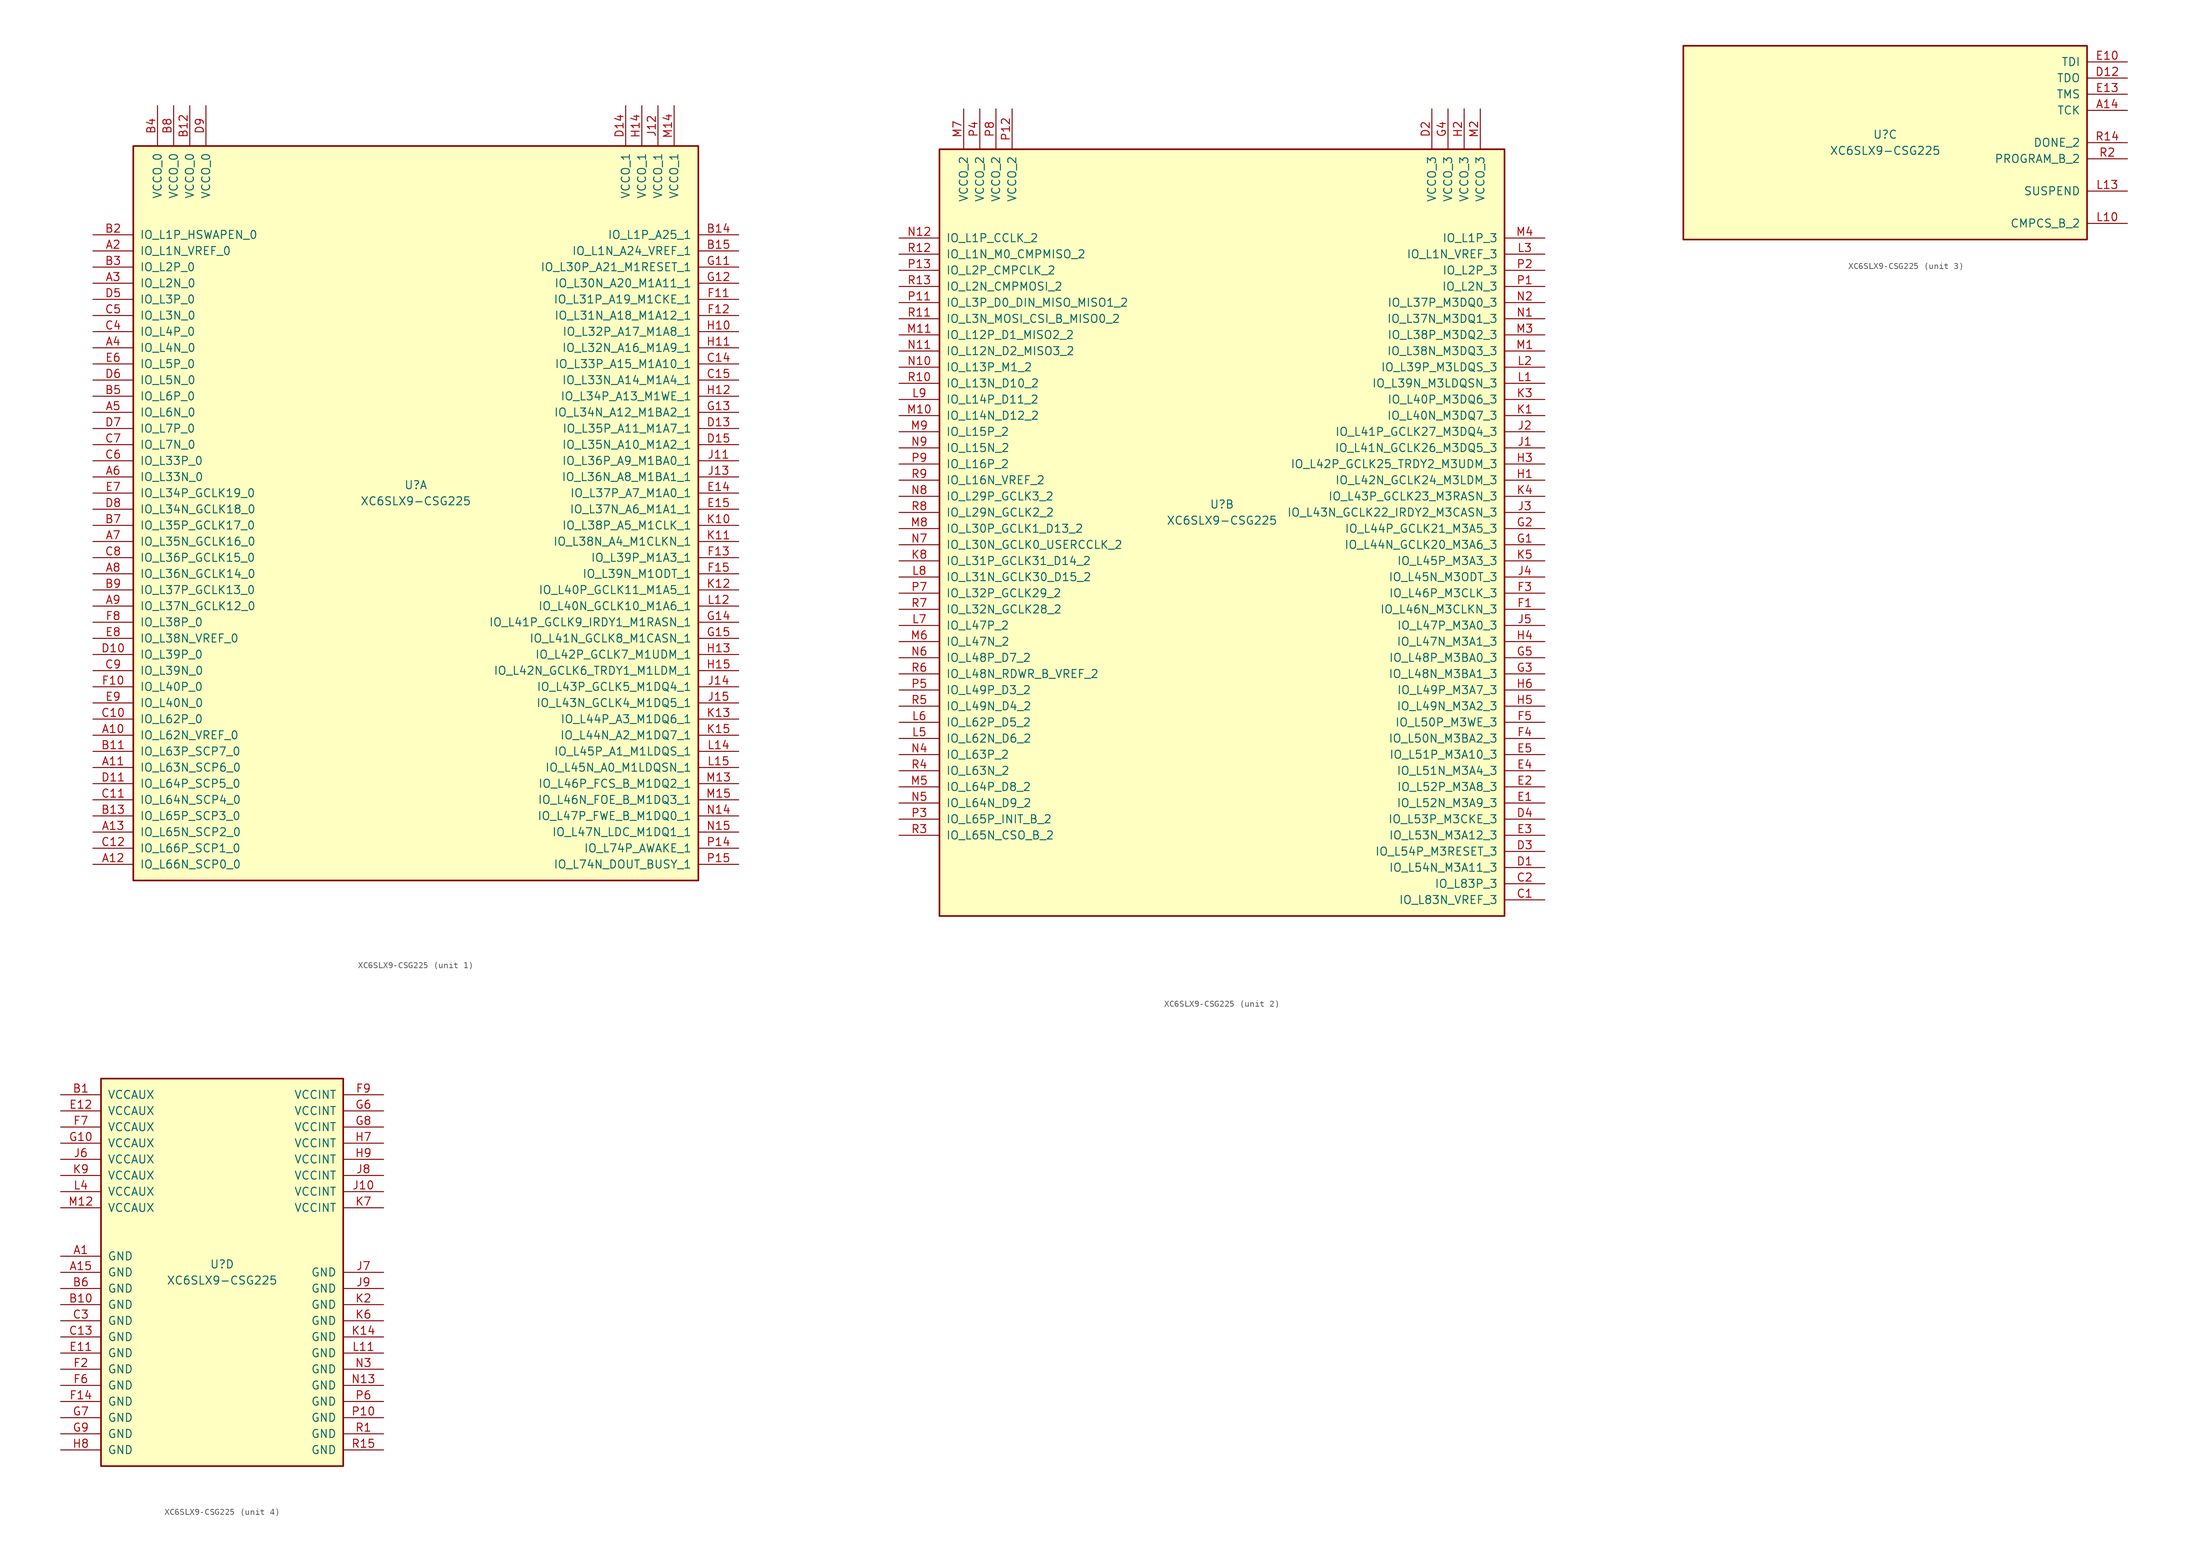
<source format=kicad_sym>
(kicad_symbol_lib
  (version 20201005)
  (generator kicad_symbol_editor)
  (symbol "XC6SLX9-CSG225"
    (pin_names
      (offset 1.016))
    (property "Reference" "U"
      (at 0 1.27 0)
      (effects (font (size 1.27 1.27))))
    (property "Value" "XC6SLX9-CSG225"
      (at 0 -1.27 0)
      (effects (font (size 1.27 1.27))))
    (property "Datasheet" ""
      (at 0 0 0)
      (effects (font (size 1.27 1.27))))
    (property "ki_locked" ""
      (at 0 0 0)
      (effects (font (size 1.27 1.27))))
    (symbol "XC6SLX9-CSG225_1_1"
      (rectangle (start -44.45 54.61) (end 44.45 -60.96) (stroke (width 0.254)) (fill (type background)))
      (pin power_in line (at -40.64 60.96 270) (length 6.35) (name "VCCO_0" (effects (font (size 1.27 1.27)))) (number "B4" (effects (font (size 1.27 1.27)))))
      (pin power_in line (at -38.1 60.96 270) (length 6.35) (name "VCCO_0" (effects (font (size 1.27 1.27)))) (number "B8" (effects (font (size 1.27 1.27)))))
      (pin power_in line (at -35.56 60.96 270) (length 6.35) (name "VCCO_0" (effects (font (size 1.27 1.27)))) (number "B12" (effects (font (size 1.27 1.27)))))
      (pin power_in line (at -33.02 60.96 270) (length 6.35) (name "VCCO_0" (effects (font (size 1.27 1.27)))) (number "D9" (effects (font (size 1.27 1.27)))))
      (pin bidirectional line (at -50.8 40.64 0) (length 6.35) (name "IO_L1P_HSWAPEN_0" (effects (font (size 1.27 1.27)))) (number "B2" (effects (font (size 1.27 1.27)))))
      (pin bidirectional line (at -50.8 38.1 0) (length 6.35) (name "IO_L1N_VREF_0" (effects (font (size 1.27 1.27)))) (number "A2" (effects (font (size 1.27 1.27)))))
      (pin bidirectional line (at -50.8 35.56 0) (length 6.35) (name "IO_L2P_0" (effects (font (size 1.27 1.27)))) (number "B3" (effects (font (size 1.27 1.27)))))
      (pin bidirectional line (at -50.8 33.02 0) (length 6.35) (name "IO_L2N_0" (effects (font (size 1.27 1.27)))) (number "A3" (effects (font (size 1.27 1.27)))))
      (pin bidirectional line (at -50.8 30.48 0) (length 6.35) (name "IO_L3P_0" (effects (font (size 1.27 1.27)))) (number "D5" (effects (font (size 1.27 1.27)))))
      (pin bidirectional line (at -50.8 27.94 0) (length 6.35) (name "IO_L3N_0" (effects (font (size 1.27 1.27)))) (number "C5" (effects (font (size 1.27 1.27)))))
      (pin bidirectional line (at -50.8 25.4 0) (length 6.35) (name "IO_L4P_0" (effects (font (size 1.27 1.27)))) (number "C4" (effects (font (size 1.27 1.27)))))
      (pin bidirectional line (at -50.8 22.86 0) (length 6.35) (name "IO_L4N_0" (effects (font (size 1.27 1.27)))) (number "A4" (effects (font (size 1.27 1.27)))))
      (pin bidirectional line (at -50.8 20.32 0) (length 6.35) (name "IO_L5P_0" (effects (font (size 1.27 1.27)))) (number "E6" (effects (font (size 1.27 1.27)))))
      (pin bidirectional line (at -50.8 17.78 0) (length 6.35) (name "IO_L5N_0" (effects (font (size 1.27 1.27)))) (number "D6" (effects (font (size 1.27 1.27)))))
      (pin bidirectional line (at -50.8 15.24 0) (length 6.35) (name "IO_L6P_0" (effects (font (size 1.27 1.27)))) (number "B5" (effects (font (size 1.27 1.27)))))
      (pin bidirectional line (at -50.8 12.7 0) (length 6.35) (name "IO_L6N_0" (effects (font (size 1.27 1.27)))) (number "A5" (effects (font (size 1.27 1.27)))))
      (pin bidirectional line (at -50.8 10.16 0) (length 6.35) (name "IO_L7P_0" (effects (font (size 1.27 1.27)))) (number "D7" (effects (font (size 1.27 1.27)))))
      (pin bidirectional line (at -50.8 7.62 0) (length 6.35) (name "IO_L7N_0" (effects (font (size 1.27 1.27)))) (number "C7" (effects (font (size 1.27 1.27)))))
      (pin bidirectional line (at -50.8 5.08 0) (length 6.35) (name "IO_L33P_0" (effects (font (size 1.27 1.27)))) (number "C6" (effects (font (size 1.27 1.27)))))
      (pin bidirectional line (at -50.8 2.54 0) (length 6.35) (name "IO_L33N_0" (effects (font (size 1.27 1.27)))) (number "A6" (effects (font (size 1.27 1.27)))))
      (pin bidirectional line (at -50.8 0 0) (length 6.35) (name "IO_L34P_GCLK19_0" (effects (font (size 1.27 1.27)))) (number "E7" (effects (font (size 1.27 1.27)))))
      (pin bidirectional line (at -50.8 -2.54 0) (length 6.35) (name "IO_L34N_GCLK18_0" (effects (font (size 1.27 1.27)))) (number "D8" (effects (font (size 1.27 1.27)))))
      (pin bidirectional line (at -50.8 -5.08 0) (length 6.35) (name "IO_L35P_GCLK17_0" (effects (font (size 1.27 1.27)))) (number "B7" (effects (font (size 1.27 1.27)))))
      (pin bidirectional line (at -50.8 -7.62 0) (length 6.35) (name "IO_L35N_GCLK16_0" (effects (font (size 1.27 1.27)))) (number "A7" (effects (font (size 1.27 1.27)))))
      (pin bidirectional line (at -50.8 -10.16 0) (length 6.35) (name "IO_L36P_GCLK15_0" (effects (font (size 1.27 1.27)))) (number "C8" (effects (font (size 1.27 1.27)))))
      (pin bidirectional line (at -50.8 -12.7 0) (length 6.35) (name "IO_L36N_GCLK14_0" (effects (font (size 1.27 1.27)))) (number "A8" (effects (font (size 1.27 1.27)))))
      (pin bidirectional line (at -50.8 -15.24 0) (length 6.35) (name "IO_L37P_GCLK13_0" (effects (font (size 1.27 1.27)))) (number "B9" (effects (font (size 1.27 1.27)))))
      (pin bidirectional line (at -50.8 -17.78 0) (length 6.35) (name "IO_L37N_GCLK12_0" (effects (font (size 1.27 1.27)))) (number "A9" (effects (font (size 1.27 1.27)))))
      (pin bidirectional line (at -50.8 -20.32 0) (length 6.35) (name "IO_L38P_0" (effects (font (size 1.27 1.27)))) (number "F8" (effects (font (size 1.27 1.27)))))
      (pin bidirectional line (at -50.8 -22.86 0) (length 6.35) (name "IO_L38N_VREF_0" (effects (font (size 1.27 1.27)))) (number "E8" (effects (font (size 1.27 1.27)))))
      (pin bidirectional line (at -50.8 -25.4 0) (length 6.35) (name "IO_L39P_0" (effects (font (size 1.27 1.27)))) (number "D10" (effects (font (size 1.27 1.27)))))
      (pin bidirectional line (at -50.8 -27.94 0) (length 6.35) (name "IO_L39N_0" (effects (font (size 1.27 1.27)))) (number "C9" (effects (font (size 1.27 1.27)))))
      (pin bidirectional line (at -50.8 -30.48 0) (length 6.35) (name "IO_L40P_0" (effects (font (size 1.27 1.27)))) (number "F10" (effects (font (size 1.27 1.27)))))
      (pin bidirectional line (at -50.8 -33.02 0) (length 6.35) (name "IO_L40N_0" (effects (font (size 1.27 1.27)))) (number "E9" (effects (font (size 1.27 1.27)))))
      (pin bidirectional line (at -50.8 -35.56 0) (length 6.35) (name "IO_L62P_0" (effects (font (size 1.27 1.27)))) (number "C10" (effects (font (size 1.27 1.27)))))
      (pin bidirectional line (at -50.8 -38.1 0) (length 6.35) (name "IO_L62N_VREF_0" (effects (font (size 1.27 1.27)))) (number "A10" (effects (font (size 1.27 1.27)))))
      (pin bidirectional line (at -50.8 -40.64 0) (length 6.35) (name "IO_L63P_SCP7_0" (effects (font (size 1.27 1.27)))) (number "B11" (effects (font (size 1.27 1.27)))))
      (pin bidirectional line (at -50.8 -43.18 0) (length 6.35) (name "IO_L63N_SCP6_0" (effects (font (size 1.27 1.27)))) (number "A11" (effects (font (size 1.27 1.27)))))
      (pin bidirectional line (at -50.8 -45.72 0) (length 6.35) (name "IO_L64P_SCP5_0" (effects (font (size 1.27 1.27)))) (number "D11" (effects (font (size 1.27 1.27)))))
      (pin bidirectional line (at -50.8 -48.26 0) (length 6.35) (name "IO_L64N_SCP4_0" (effects (font (size 1.27 1.27)))) (number "C11" (effects (font (size 1.27 1.27)))))
      (pin bidirectional line (at -50.8 -50.8 0) (length 6.35) (name "IO_L65P_SCP3_0" (effects (font (size 1.27 1.27)))) (number "B13" (effects (font (size 1.27 1.27)))))
      (pin bidirectional line (at -50.8 -53.34 0) (length 6.35) (name "IO_L65N_SCP2_0" (effects (font (size 1.27 1.27)))) (number "A13" (effects (font (size 1.27 1.27)))))
      (pin bidirectional line (at -50.8 -55.88 0) (length 6.35) (name "IO_L66P_SCP1_0" (effects (font (size 1.27 1.27)))) (number "C12" (effects (font (size 1.27 1.27)))))
      (pin bidirectional line (at -50.8 -58.42 0) (length 6.35) (name "IO_L66N_SCP0_0" (effects (font (size 1.27 1.27)))) (number "A12" (effects (font (size 1.27 1.27)))))
      (pin power_in line (at 33.02 60.96 270) (length 6.35) (name "VCCO_1" (effects (font (size 1.27 1.27)))) (number "D14" (effects (font (size 1.27 1.27)))))
      (pin power_in line (at 35.56 60.96 270) (length 6.35) (name "VCCO_1" (effects (font (size 1.27 1.27)))) (number "H14" (effects (font (size 1.27 1.27)))))
      (pin power_in line (at 38.1 60.96 270) (length 6.35) (name "VCCO_1" (effects (font (size 1.27 1.27)))) (number "J12" (effects (font (size 1.27 1.27)))))
      (pin power_in line (at 40.64 60.96 270) (length 6.35) (name "VCCO_1" (effects (font (size 1.27 1.27)))) (number "M14" (effects (font (size 1.27 1.27)))))
      (pin bidirectional line (at 50.8 40.64 180) (length 6.35) (name "IO_L1P_A25_1" (effects (font (size 1.27 1.27)))) (number "B14" (effects (font (size 1.27 1.27)))))
      (pin bidirectional line (at 50.8 38.1 180) (length 6.35) (name "IO_L1N_A24_VREF_1" (effects (font (size 1.27 1.27)))) (number "B15" (effects (font (size 1.27 1.27)))))
      (pin bidirectional line (at 50.8 35.56 180) (length 6.35) (name "IO_L30P_A21_M1RESET_1" (effects (font (size 1.27 1.27)))) (number "G11" (effects (font (size 1.27 1.27)))))
      (pin bidirectional line (at 50.8 33.02 180) (length 6.35) (name "IO_L30N_A20_M1A11_1" (effects (font (size 1.27 1.27)))) (number "G12" (effects (font (size 1.27 1.27)))))
      (pin bidirectional line (at 50.8 30.48 180) (length 6.35) (name "IO_L31P_A19_M1CKE_1" (effects (font (size 1.27 1.27)))) (number "F11" (effects (font (size 1.27 1.27)))))
      (pin bidirectional line (at 50.8 27.94 180) (length 6.35) (name "IO_L31N_A18_M1A12_1" (effects (font (size 1.27 1.27)))) (number "F12" (effects (font (size 1.27 1.27)))))
      (pin bidirectional line (at 50.8 25.4 180) (length 6.35) (name "IO_L32P_A17_M1A8_1" (effects (font (size 1.27 1.27)))) (number "H10" (effects (font (size 1.27 1.27)))))
      (pin bidirectional line (at 50.8 22.86 180) (length 6.35) (name "IO_L32N_A16_M1A9_1" (effects (font (size 1.27 1.27)))) (number "H11" (effects (font (size 1.27 1.27)))))
      (pin bidirectional line (at 50.8 20.32 180) (length 6.35) (name "IO_L33P_A15_M1A10_1" (effects (font (size 1.27 1.27)))) (number "C14" (effects (font (size 1.27 1.27)))))
      (pin bidirectional line (at 50.8 17.78 180) (length 6.35) (name "IO_L33N_A14_M1A4_1" (effects (font (size 1.27 1.27)))) (number "C15" (effects (font (size 1.27 1.27)))))
      (pin bidirectional line (at 50.8 15.24 180) (length 6.35) (name "IO_L34P_A13_M1WE_1" (effects (font (size 1.27 1.27)))) (number "H12" (effects (font (size 1.27 1.27)))))
      (pin bidirectional line (at 50.8 12.7 180) (length 6.35) (name "IO_L34N_A12_M1BA2_1" (effects (font (size 1.27 1.27)))) (number "G13" (effects (font (size 1.27 1.27)))))
      (pin bidirectional line (at 50.8 10.16 180) (length 6.35) (name "IO_L35P_A11_M1A7_1" (effects (font (size 1.27 1.27)))) (number "D13" (effects (font (size 1.27 1.27)))))
      (pin bidirectional line (at 50.8 7.62 180) (length 6.35) (name "IO_L35N_A10_M1A2_1" (effects (font (size 1.27 1.27)))) (number "D15" (effects (font (size 1.27 1.27)))))
      (pin bidirectional line (at 50.8 5.08 180) (length 6.35) (name "IO_L36P_A9_M1BA0_1" (effects (font (size 1.27 1.27)))) (number "J11" (effects (font (size 1.27 1.27)))))
      (pin bidirectional line (at 50.8 2.54 180) (length 6.35) (name "IO_L36N_A8_M1BA1_1" (effects (font (size 1.27 1.27)))) (number "J13" (effects (font (size 1.27 1.27)))))
      (pin bidirectional line (at 50.8 0 180) (length 6.35) (name "IO_L37P_A7_M1A0_1" (effects (font (size 1.27 1.27)))) (number "E14" (effects (font (size 1.27 1.27)))))
      (pin bidirectional line (at 50.8 -2.54 180) (length 6.35) (name "IO_L37N_A6_M1A1_1" (effects (font (size 1.27 1.27)))) (number "E15" (effects (font (size 1.27 1.27)))))
      (pin bidirectional line (at 50.8 -5.08 180) (length 6.35) (name "IO_L38P_A5_M1CLK_1" (effects (font (size 1.27 1.27)))) (number "K10" (effects (font (size 1.27 1.27)))))
      (pin bidirectional line (at 50.8 -7.62 180) (length 6.35) (name "IO_L38N_A4_M1CLKN_1" (effects (font (size 1.27 1.27)))) (number "K11" (effects (font (size 1.27 1.27)))))
      (pin bidirectional line (at 50.8 -10.16 180) (length 6.35) (name "IO_L39P_M1A3_1" (effects (font (size 1.27 1.27)))) (number "F13" (effects (font (size 1.27 1.27)))))
      (pin bidirectional line (at 50.8 -12.7 180) (length 6.35) (name "IO_L39N_M1ODT_1" (effects (font (size 1.27 1.27)))) (number "F15" (effects (font (size 1.27 1.27)))))
      (pin bidirectional line (at 50.8 -15.24 180) (length 6.35) (name "IO_L40P_GCLK11_M1A5_1" (effects (font (size 1.27 1.27)))) (number "K12" (effects (font (size 1.27 1.27)))))
      (pin bidirectional line (at 50.8 -17.78 180) (length 6.35) (name "IO_L40N_GCLK10_M1A6_1" (effects (font (size 1.27 1.27)))) (number "L12" (effects (font (size 1.27 1.27)))))
      (pin bidirectional line (at 50.8 -20.32 180) (length 6.35) (name "IO_L41P_GCLK9_IRDY1_M1RASN_1" (effects (font (size 1.27 1.27)))) (number "G14" (effects (font (size 1.27 1.27)))))
      (pin bidirectional line (at 50.8 -22.86 180) (length 6.35) (name "IO_L41N_GCLK8_M1CASN_1" (effects (font (size 1.27 1.27)))) (number "G15" (effects (font (size 1.27 1.27)))))
      (pin bidirectional line (at 50.8 -25.4 180) (length 6.35) (name "IO_L42P_GCLK7_M1UDM_1" (effects (font (size 1.27 1.27)))) (number "H13" (effects (font (size 1.27 1.27)))))
      (pin bidirectional line (at 50.8 -27.94 180) (length 6.35) (name "IO_L42N_GCLK6_TRDY1_M1LDM_1" (effects (font (size 1.27 1.27)))) (number "H15" (effects (font (size 1.27 1.27)))))
      (pin bidirectional line (at 50.8 -30.48 180) (length 6.35) (name "IO_L43P_GCLK5_M1DQ4_1" (effects (font (size 1.27 1.27)))) (number "J14" (effects (font (size 1.27 1.27)))))
      (pin bidirectional line (at 50.8 -33.02 180) (length 6.35) (name "IO_L43N_GCLK4_M1DQ5_1" (effects (font (size 1.27 1.27)))) (number "J15" (effects (font (size 1.27 1.27)))))
      (pin bidirectional line (at 50.8 -35.56 180) (length 6.35) (name "IO_L44P_A3_M1DQ6_1" (effects (font (size 1.27 1.27)))) (number "K13" (effects (font (size 1.27 1.27)))))
      (pin bidirectional line (at 50.8 -38.1 180) (length 6.35) (name "IO_L44N_A2_M1DQ7_1" (effects (font (size 1.27 1.27)))) (number "K15" (effects (font (size 1.27 1.27)))))
      (pin bidirectional line (at 50.8 -40.64 180) (length 6.35) (name "IO_L45P_A1_M1LDQS_1" (effects (font (size 1.27 1.27)))) (number "L14" (effects (font (size 1.27 1.27)))))
      (pin bidirectional line (at 50.8 -43.18 180) (length 6.35) (name "IO_L45N_A0_M1LDQSN_1" (effects (font (size 1.27 1.27)))) (number "L15" (effects (font (size 1.27 1.27)))))
      (pin bidirectional line (at 50.8 -45.72 180) (length 6.35) (name "IO_L46P_FCS_B_M1DQ2_1" (effects (font (size 1.27 1.27)))) (number "M13" (effects (font (size 1.27 1.27)))))
      (pin bidirectional line (at 50.8 -48.26 180) (length 6.35) (name "IO_L46N_FOE_B_M1DQ3_1" (effects (font (size 1.27 1.27)))) (number "M15" (effects (font (size 1.27 1.27)))))
      (pin bidirectional line (at 50.8 -50.8 180) (length 6.35) (name "IO_L47P_FWE_B_M1DQ0_1" (effects (font (size 1.27 1.27)))) (number "N14" (effects (font (size 1.27 1.27)))))
      (pin bidirectional line (at 50.8 -53.34 180) (length 6.35) (name "IO_L47N_LDC_M1DQ1_1" (effects (font (size 1.27 1.27)))) (number "N15" (effects (font (size 1.27 1.27)))))
      (pin bidirectional line (at 50.8 -55.88 180) (length 6.35) (name "IO_L74P_AWAKE_1" (effects (font (size 1.27 1.27)))) (number "P14" (effects (font (size 1.27 1.27)))))
      (pin bidirectional line (at 50.8 -58.42 180) (length 6.35) (name "IO_L74N_DOUT_BUSY_1" (effects (font (size 1.27 1.27)))) (number "P15" (effects (font (size 1.27 1.27))))))
    (symbol "XC6SLX9-CSG225_2_1"
      (rectangle (start -44.45 57.15) (end 44.45 -63.5) (stroke (width 0.254)) (fill (type background)))
      (pin power_in line (at -40.64 63.5 270) (length 6.35) (name "VCCO_2" (effects (font (size 1.27 1.27)))) (number "M7" (effects (font (size 1.27 1.27)))))
      (pin power_in line (at -38.1 63.5 270) (length 6.35) (name "VCCO_2" (effects (font (size 1.27 1.27)))) (number "P4" (effects (font (size 1.27 1.27)))))
      (pin power_in line (at -35.56 63.5 270) (length 6.35) (name "VCCO_2" (effects (font (size 1.27 1.27)))) (number "P8" (effects (font (size 1.27 1.27)))))
      (pin power_in line (at -33.02 63.5 270) (length 6.35) (name "VCCO_2" (effects (font (size 1.27 1.27)))) (number "P12" (effects (font (size 1.27 1.27)))))
      (pin bidirectional line (at -50.8 43.18 0) (length 6.35) (name "IO_L1P_CCLK_2" (effects (font (size 1.27 1.27)))) (number "N12" (effects (font (size 1.27 1.27)))))
      (pin bidirectional line (at -50.8 40.64 0) (length 6.35) (name "IO_L1N_M0_CMPMISO_2" (effects (font (size 1.27 1.27)))) (number "R12" (effects (font (size 1.27 1.27)))))
      (pin bidirectional line (at -50.8 38.1 0) (length 6.35) (name "IO_L2P_CMPCLK_2" (effects (font (size 1.27 1.27)))) (number "P13" (effects (font (size 1.27 1.27)))))
      (pin bidirectional line (at -50.8 35.56 0) (length 6.35) (name "IO_L2N_CMPMOSI_2" (effects (font (size 1.27 1.27)))) (number "R13" (effects (font (size 1.27 1.27)))))
      (pin bidirectional line (at -50.8 33.02 0) (length 6.35) (name "IO_L3P_D0_DIN_MISO_MISO1_2" (effects (font (size 1.27 1.27)))) (number "P11" (effects (font (size 1.27 1.27)))))
      (pin bidirectional line (at -50.8 30.48 0) (length 6.35) (name "IO_L3N_MOSI_CSI_B_MISO0_2" (effects (font (size 1.27 1.27)))) (number "R11" (effects (font (size 1.27 1.27)))))
      (pin bidirectional line (at -50.8 27.94 0) (length 6.35) (name "IO_L12P_D1_MISO2_2" (effects (font (size 1.27 1.27)))) (number "M11" (effects (font (size 1.27 1.27)))))
      (pin bidirectional line (at -50.8 25.4 0) (length 6.35) (name "IO_L12N_D2_MISO3_2" (effects (font (size 1.27 1.27)))) (number "N11" (effects (font (size 1.27 1.27)))))
      (pin bidirectional line (at -50.8 22.86 0) (length 6.35) (name "IO_L13P_M1_2" (effects (font (size 1.27 1.27)))) (number "N10" (effects (font (size 1.27 1.27)))))
      (pin bidirectional line (at -50.8 20.32 0) (length 6.35) (name "IO_L13N_D10_2" (effects (font (size 1.27 1.27)))) (number "R10" (effects (font (size 1.27 1.27)))))
      (pin bidirectional line (at -50.8 17.78 0) (length 6.35) (name "IO_L14P_D11_2" (effects (font (size 1.27 1.27)))) (number "L9" (effects (font (size 1.27 1.27)))))
      (pin bidirectional line (at -50.8 15.24 0) (length 6.35) (name "IO_L14N_D12_2" (effects (font (size 1.27 1.27)))) (number "M10" (effects (font (size 1.27 1.27)))))
      (pin bidirectional line (at -50.8 12.7 0) (length 6.35) (name "IO_L15P_2" (effects (font (size 1.27 1.27)))) (number "M9" (effects (font (size 1.27 1.27)))))
      (pin bidirectional line (at -50.8 10.16 0) (length 6.35) (name "IO_L15N_2" (effects (font (size 1.27 1.27)))) (number "N9" (effects (font (size 1.27 1.27)))))
      (pin bidirectional line (at -50.8 7.62 0) (length 6.35) (name "IO_L16P_2" (effects (font (size 1.27 1.27)))) (number "P9" (effects (font (size 1.27 1.27)))))
      (pin bidirectional line (at -50.8 5.08 0) (length 6.35) (name "IO_L16N_VREF_2" (effects (font (size 1.27 1.27)))) (number "R9" (effects (font (size 1.27 1.27)))))
      (pin bidirectional line (at -50.8 2.54 0) (length 6.35) (name "IO_L29P_GCLK3_2" (effects (font (size 1.27 1.27)))) (number "N8" (effects (font (size 1.27 1.27)))))
      (pin bidirectional line (at -50.8 0 0) (length 6.35) (name "IO_L29N_GCLK2_2" (effects (font (size 1.27 1.27)))) (number "R8" (effects (font (size 1.27 1.27)))))
      (pin bidirectional line (at -50.8 -2.54 0) (length 6.35) (name "IO_L30P_GCLK1_D13_2" (effects (font (size 1.27 1.27)))) (number "M8" (effects (font (size 1.27 1.27)))))
      (pin bidirectional line (at -50.8 -5.08 0) (length 6.35) (name "IO_L30N_GCLK0_USERCCLK_2" (effects (font (size 1.27 1.27)))) (number "N7" (effects (font (size 1.27 1.27)))))
      (pin bidirectional line (at -50.8 -7.62 0) (length 6.35) (name "IO_L31P_GCLK31_D14_2" (effects (font (size 1.27 1.27)))) (number "K8" (effects (font (size 1.27 1.27)))))
      (pin bidirectional line (at -50.8 -10.16 0) (length 6.35) (name "IO_L31N_GCLK30_D15_2" (effects (font (size 1.27 1.27)))) (number "L8" (effects (font (size 1.27 1.27)))))
      (pin bidirectional line (at -50.8 -12.7 0) (length 6.35) (name "IO_L32P_GCLK29_2" (effects (font (size 1.27 1.27)))) (number "P7" (effects (font (size 1.27 1.27)))))
      (pin bidirectional line (at -50.8 -15.24 0) (length 6.35) (name "IO_L32N_GCLK28_2" (effects (font (size 1.27 1.27)))) (number "R7" (effects (font (size 1.27 1.27)))))
      (pin bidirectional line (at -50.8 -17.78 0) (length 6.35) (name "IO_L47P_2" (effects (font (size 1.27 1.27)))) (number "L7" (effects (font (size 1.27 1.27)))))
      (pin bidirectional line (at -50.8 -20.32 0) (length 6.35) (name "IO_L47N_2" (effects (font (size 1.27 1.27)))) (number "M6" (effects (font (size 1.27 1.27)))))
      (pin bidirectional line (at -50.8 -22.86 0) (length 6.35) (name "IO_L48P_D7_2" (effects (font (size 1.27 1.27)))) (number "N6" (effects (font (size 1.27 1.27)))))
      (pin bidirectional line (at -50.8 -25.4 0) (length 6.35) (name "IO_L48N_RDWR_B_VREF_2" (effects (font (size 1.27 1.27)))) (number "R6" (effects (font (size 1.27 1.27)))))
      (pin bidirectional line (at -50.8 -27.94 0) (length 6.35) (name "IO_L49P_D3_2" (effects (font (size 1.27 1.27)))) (number "P5" (effects (font (size 1.27 1.27)))))
      (pin bidirectional line (at -50.8 -30.48 0) (length 6.35) (name "IO_L49N_D4_2" (effects (font (size 1.27 1.27)))) (number "R5" (effects (font (size 1.27 1.27)))))
      (pin bidirectional line (at -50.8 -33.02 0) (length 6.35) (name "IO_L62P_D5_2" (effects (font (size 1.27 1.27)))) (number "L6" (effects (font (size 1.27 1.27)))))
      (pin bidirectional line (at -50.8 -35.56 0) (length 6.35) (name "IO_L62N_D6_2" (effects (font (size 1.27 1.27)))) (number "L5" (effects (font (size 1.27 1.27)))))
      (pin bidirectional line (at -50.8 -38.1 0) (length 6.35) (name "IO_L63P_2" (effects (font (size 1.27 1.27)))) (number "N4" (effects (font (size 1.27 1.27)))))
      (pin bidirectional line (at -50.8 -40.64 0) (length 6.35) (name "IO_L63N_2" (effects (font (size 1.27 1.27)))) (number "R4" (effects (font (size 1.27 1.27)))))
      (pin bidirectional line (at -50.8 -43.18 0) (length 6.35) (name "IO_L64P_D8_2" (effects (font (size 1.27 1.27)))) (number "M5" (effects (font (size 1.27 1.27)))))
      (pin bidirectional line (at -50.8 -45.72 0) (length 6.35) (name "IO_L64N_D9_2" (effects (font (size 1.27 1.27)))) (number "N5" (effects (font (size 1.27 1.27)))))
      (pin bidirectional line (at -50.8 -48.26 0) (length 6.35) (name "IO_L65P_INIT_B_2" (effects (font (size 1.27 1.27)))) (number "P3" (effects (font (size 1.27 1.27)))))
      (pin bidirectional line (at -50.8 -50.8 0) (length 6.35) (name "IO_L65N_CSO_B_2" (effects (font (size 1.27 1.27)))) (number "R3" (effects (font (size 1.27 1.27)))))
      (pin power_in line (at 33.02 63.5 270) (length 6.35) (name "VCCO_3" (effects (font (size 1.27 1.27)))) (number "D2" (effects (font (size 1.27 1.27)))))
      (pin power_in line (at 35.56 63.5 270) (length 6.35) (name "VCCO_3" (effects (font (size 1.27 1.27)))) (number "G4" (effects (font (size 1.27 1.27)))))
      (pin power_in line (at 38.1 63.5 270) (length 6.35) (name "VCCO_3" (effects (font (size 1.27 1.27)))) (number "H2" (effects (font (size 1.27 1.27)))))
      (pin power_in line (at 40.64 63.5 270) (length 6.35) (name "VCCO_3" (effects (font (size 1.27 1.27)))) (number "M2" (effects (font (size 1.27 1.27)))))
      (pin bidirectional line (at 50.8 43.18 180) (length 6.35) (name "IO_L1P_3" (effects (font (size 1.27 1.27)))) (number "M4" (effects (font (size 1.27 1.27)))))
      (pin bidirectional line (at 50.8 40.64 180) (length 6.35) (name "IO_L1N_VREF_3" (effects (font (size 1.27 1.27)))) (number "L3" (effects (font (size 1.27 1.27)))))
      (pin bidirectional line (at 50.8 38.1 180) (length 6.35) (name "IO_L2P_3" (effects (font (size 1.27 1.27)))) (number "P2" (effects (font (size 1.27 1.27)))))
      (pin bidirectional line (at 50.8 35.56 180) (length 6.35) (name "IO_L2N_3" (effects (font (size 1.27 1.27)))) (number "P1" (effects (font (size 1.27 1.27)))))
      (pin bidirectional line (at 50.8 33.02 180) (length 6.35) (name "IO_L37P_M3DQ0_3" (effects (font (size 1.27 1.27)))) (number "N2" (effects (font (size 1.27 1.27)))))
      (pin bidirectional line (at 50.8 30.48 180) (length 6.35) (name "IO_L37N_M3DQ1_3" (effects (font (size 1.27 1.27)))) (number "N1" (effects (font (size 1.27 1.27)))))
      (pin bidirectional line (at 50.8 27.94 180) (length 6.35) (name "IO_L38P_M3DQ2_3" (effects (font (size 1.27 1.27)))) (number "M3" (effects (font (size 1.27 1.27)))))
      (pin bidirectional line (at 50.8 25.4 180) (length 6.35) (name "IO_L38N_M3DQ3_3" (effects (font (size 1.27 1.27)))) (number "M1" (effects (font (size 1.27 1.27)))))
      (pin bidirectional line (at 50.8 22.86 180) (length 6.35) (name "IO_L39P_M3LDQS_3" (effects (font (size 1.27 1.27)))) (number "L2" (effects (font (size 1.27 1.27)))))
      (pin bidirectional line (at 50.8 20.32 180) (length 6.35) (name "IO_L39N_M3LDQSN_3" (effects (font (size 1.27 1.27)))) (number "L1" (effects (font (size 1.27 1.27)))))
      (pin bidirectional line (at 50.8 17.78 180) (length 6.35) (name "IO_L40P_M3DQ6_3" (effects (font (size 1.27 1.27)))) (number "K3" (effects (font (size 1.27 1.27)))))
      (pin bidirectional line (at 50.8 15.24 180) (length 6.35) (name "IO_L40N_M3DQ7_3" (effects (font (size 1.27 1.27)))) (number "K1" (effects (font (size 1.27 1.27)))))
      (pin bidirectional line (at 50.8 12.7 180) (length 6.35) (name "IO_L41P_GCLK27_M3DQ4_3" (effects (font (size 1.27 1.27)))) (number "J2" (effects (font (size 1.27 1.27)))))
      (pin bidirectional line (at 50.8 10.16 180) (length 6.35) (name "IO_L41N_GCLK26_M3DQ5_3" (effects (font (size 1.27 1.27)))) (number "J1" (effects (font (size 1.27 1.27)))))
      (pin bidirectional line (at 50.8 7.62 180) (length 6.35) (name "IO_L42P_GCLK25_TRDY2_M3UDM_3" (effects (font (size 1.27 1.27)))) (number "H3" (effects (font (size 1.27 1.27)))))
      (pin bidirectional line (at 50.8 5.08 180) (length 6.35) (name "IO_L42N_GCLK24_M3LDM_3" (effects (font (size 1.27 1.27)))) (number "H1" (effects (font (size 1.27 1.27)))))
      (pin bidirectional line (at 50.8 2.54 180) (length 6.35) (name "IO_L43P_GCLK23_M3RASN_3" (effects (font (size 1.27 1.27)))) (number "K4" (effects (font (size 1.27 1.27)))))
      (pin bidirectional line (at 50.8 0 180) (length 6.35) (name "IO_L43N_GCLK22_IRDY2_M3CASN_3" (effects (font (size 1.27 1.27)))) (number "J3" (effects (font (size 1.27 1.27)))))
      (pin bidirectional line (at 50.8 -2.54 180) (length 6.35) (name "IO_L44P_GCLK21_M3A5_3" (effects (font (size 1.27 1.27)))) (number "G2" (effects (font (size 1.27 1.27)))))
      (pin bidirectional line (at 50.8 -5.08 180) (length 6.35) (name "IO_L44N_GCLK20_M3A6_3" (effects (font (size 1.27 1.27)))) (number "G1" (effects (font (size 1.27 1.27)))))
      (pin bidirectional line (at 50.8 -7.62 180) (length 6.35) (name "IO_L45P_M3A3_3" (effects (font (size 1.27 1.27)))) (number "K5" (effects (font (size 1.27 1.27)))))
      (pin bidirectional line (at 50.8 -10.16 180) (length 6.35) (name "IO_L45N_M3ODT_3" (effects (font (size 1.27 1.27)))) (number "J4" (effects (font (size 1.27 1.27)))))
      (pin bidirectional line (at 50.8 -12.7 180) (length 6.35) (name "IO_L46P_M3CLK_3" (effects (font (size 1.27 1.27)))) (number "F3" (effects (font (size 1.27 1.27)))))
      (pin bidirectional line (at 50.8 -15.24 180) (length 6.35) (name "IO_L46N_M3CLKN_3" (effects (font (size 1.27 1.27)))) (number "F1" (effects (font (size 1.27 1.27)))))
      (pin bidirectional line (at 50.8 -17.78 180) (length 6.35) (name "IO_L47P_M3A0_3" (effects (font (size 1.27 1.27)))) (number "J5" (effects (font (size 1.27 1.27)))))
      (pin bidirectional line (at 50.8 -20.32 180) (length 6.35) (name "IO_L47N_M3A1_3" (effects (font (size 1.27 1.27)))) (number "H4" (effects (font (size 1.27 1.27)))))
      (pin bidirectional line (at 50.8 -22.86 180) (length 6.35) (name "IO_L48P_M3BA0_3" (effects (font (size 1.27 1.27)))) (number "G5" (effects (font (size 1.27 1.27)))))
      (pin bidirectional line (at 50.8 -25.4 180) (length 6.35) (name "IO_L48N_M3BA1_3" (effects (font (size 1.27 1.27)))) (number "G3" (effects (font (size 1.27 1.27)))))
      (pin bidirectional line (at 50.8 -27.94 180) (length 6.35) (name "IO_L49P_M3A7_3" (effects (font (size 1.27 1.27)))) (number "H6" (effects (font (size 1.27 1.27)))))
      (pin bidirectional line (at 50.8 -30.48 180) (length 6.35) (name "IO_L49N_M3A2_3" (effects (font (size 1.27 1.27)))) (number "H5" (effects (font (size 1.27 1.27)))))
      (pin bidirectional line (at 50.8 -33.02 180) (length 6.35) (name "IO_L50P_M3WE_3" (effects (font (size 1.27 1.27)))) (number "F5" (effects (font (size 1.27 1.27)))))
      (pin bidirectional line (at 50.8 -35.56 180) (length 6.35) (name "IO_L50N_M3BA2_3" (effects (font (size 1.27 1.27)))) (number "F4" (effects (font (size 1.27 1.27)))))
      (pin bidirectional line (at 50.8 -38.1 180) (length 6.35) (name "IO_L51P_M3A10_3" (effects (font (size 1.27 1.27)))) (number "E5" (effects (font (size 1.27 1.27)))))
      (pin bidirectional line (at 50.8 -40.64 180) (length 6.35) (name "IO_L51N_M3A4_3" (effects (font (size 1.27 1.27)))) (number "E4" (effects (font (size 1.27 1.27)))))
      (pin bidirectional line (at 50.8 -43.18 180) (length 6.35) (name "IO_L52P_M3A8_3" (effects (font (size 1.27 1.27)))) (number "E2" (effects (font (size 1.27 1.27)))))
      (pin bidirectional line (at 50.8 -45.72 180) (length 6.35) (name "IO_L52N_M3A9_3" (effects (font (size 1.27 1.27)))) (number "E1" (effects (font (size 1.27 1.27)))))
      (pin bidirectional line (at 50.8 -48.26 180) (length 6.35) (name "IO_L53P_M3CKE_3" (effects (font (size 1.27 1.27)))) (number "D4" (effects (font (size 1.27 1.27)))))
      (pin bidirectional line (at 50.8 -50.8 180) (length 6.35) (name "IO_L53N_M3A12_3" (effects (font (size 1.27 1.27)))) (number "E3" (effects (font (size 1.27 1.27)))))
      (pin bidirectional line (at 50.8 -53.34 180) (length 6.35) (name "IO_L54P_M3RESET_3" (effects (font (size 1.27 1.27)))) (number "D3" (effects (font (size 1.27 1.27)))))
      (pin bidirectional line (at 50.8 -55.88 180) (length 6.35) (name "IO_L54N_M3A11_3" (effects (font (size 1.27 1.27)))) (number "D1" (effects (font (size 1.27 1.27)))))
      (pin bidirectional line (at 50.8 -58.42 180) (length 6.35) (name "IO_L83P_3" (effects (font (size 1.27 1.27)))) (number "C2" (effects (font (size 1.27 1.27)))))
      (pin bidirectional line (at 50.8 -60.96 180) (length 6.35) (name "IO_L83N_VREF_3" (effects (font (size 1.27 1.27)))) (number "C1" (effects (font (size 1.27 1.27))))))
    (symbol "XC6SLX9-CSG225_3_1"
      (rectangle (start -31.75 15.24) (end 31.75 -15.24) (stroke (width 0.254)) (fill (type background)))
      (pin bidirectional line (at 38.1 12.7 180) (length 6.35) (name "TDI" (effects (font (size 1.27 1.27)))) (number "E10" (effects (font (size 1.27 1.27)))))
      (pin bidirectional line (at 38.1 10.16 180) (length 6.35) (name "TDO" (effects (font (size 1.27 1.27)))) (number "D12" (effects (font (size 1.27 1.27)))))
      (pin bidirectional line (at 38.1 7.62 180) (length 6.35) (name "TMS" (effects (font (size 1.27 1.27)))) (number "E13" (effects (font (size 1.27 1.27)))))
      (pin bidirectional line (at 38.1 5.08 180) (length 6.35) (name "TCK" (effects (font (size 1.27 1.27)))) (number "A14" (effects (font (size 1.27 1.27)))))
      (pin bidirectional line (at 38.1 0 180) (length 6.35) (name "DONE_2" (effects (font (size 1.27 1.27)))) (number "R14" (effects (font (size 1.27 1.27)))))
      (pin bidirectional line (at 38.1 -2.54 180) (length 6.35) (name "PROGRAM_B_2" (effects (font (size 1.27 1.27)))) (number "R2" (effects (font (size 1.27 1.27)))))
      (pin bidirectional line (at 38.1 -7.62 180) (length 6.35) (name "SUSPEND" (effects (font (size 1.27 1.27)))) (number "L13" (effects (font (size 1.27 1.27)))))
      (pin bidirectional line (at 38.1 -12.7 180) (length 6.35) (name "CMPCS_B_2" (effects (font (size 1.27 1.27)))) (number "L10" (effects (font (size 1.27 1.27))))))
    (symbol "XC6SLX9-CSG225_4_1"
      (rectangle (start -19.05 30.48) (end 19.05 -30.48) (stroke (width 0.254)) (fill (type background)))
      (pin power_in line (at -25.4 27.94 0) (length 6.35) (name "VCCAUX" (effects (font (size 1.27 1.27)))) (number "B1" (effects (font (size 1.27 1.27)))))
      (pin power_in line (at -25.4 25.4 0) (length 6.35) (name "VCCAUX" (effects (font (size 1.27 1.27)))) (number "E12" (effects (font (size 1.27 1.27)))))
      (pin power_in line (at -25.4 22.86 0) (length 6.35) (name "VCCAUX" (effects (font (size 1.27 1.27)))) (number "F7" (effects (font (size 1.27 1.27)))))
      (pin power_in line (at -25.4 20.32 0) (length 6.35) (name "VCCAUX" (effects (font (size 1.27 1.27)))) (number "G10" (effects (font (size 1.27 1.27)))))
      (pin power_in line (at -25.4 17.78 0) (length 6.35) (name "VCCAUX" (effects (font (size 1.27 1.27)))) (number "J6" (effects (font (size 1.27 1.27)))))
      (pin power_in line (at -25.4 15.24 0) (length 6.35) (name "VCCAUX" (effects (font (size 1.27 1.27)))) (number "K9" (effects (font (size 1.27 1.27)))))
      (pin power_in line (at -25.4 12.7 0) (length 6.35) (name "VCCAUX" (effects (font (size 1.27 1.27)))) (number "L4" (effects (font (size 1.27 1.27)))))
      (pin power_in line (at -25.4 10.16 0) (length 6.35) (name "VCCAUX" (effects (font (size 1.27 1.27)))) (number "M12" (effects (font (size 1.27 1.27)))))
      (pin power_in line (at -25.4 2.54 0) (length 6.35) (name "GND" (effects (font (size 1.27 1.27)))) (number "A1" (effects (font (size 1.27 1.27)))))
      (pin power_in line (at -25.4 0 0) (length 6.35) (name "GND" (effects (font (size 1.27 1.27)))) (number "A15" (effects (font (size 1.27 1.27)))))
      (pin power_in line (at -25.4 -2.54 0) (length 6.35) (name "GND" (effects (font (size 1.27 1.27)))) (number "B6" (effects (font (size 1.27 1.27)))))
      (pin power_in line (at -25.4 -5.08 0) (length 6.35) (name "GND" (effects (font (size 1.27 1.27)))) (number "B10" (effects (font (size 1.27 1.27)))))
      (pin power_in line (at -25.4 -7.62 0) (length 6.35) (name "GND" (effects (font (size 1.27 1.27)))) (number "C3" (effects (font (size 1.27 1.27)))))
      (pin power_in line (at -25.4 -10.16 0) (length 6.35) (name "GND" (effects (font (size 1.27 1.27)))) (number "C13" (effects (font (size 1.27 1.27)))))
      (pin power_in line (at -25.4 -12.7 0) (length 6.35) (name "GND" (effects (font (size 1.27 1.27)))) (number "E11" (effects (font (size 1.27 1.27)))))
      (pin power_in line (at -25.4 -15.24 0) (length 6.35) (name "GND" (effects (font (size 1.27 1.27)))) (number "F2" (effects (font (size 1.27 1.27)))))
      (pin power_in line (at -25.4 -17.78 0) (length 6.35) (name "GND" (effects (font (size 1.27 1.27)))) (number "F6" (effects (font (size 1.27 1.27)))))
      (pin power_in line (at -25.4 -20.32 0) (length 6.35) (name "GND" (effects (font (size 1.27 1.27)))) (number "F14" (effects (font (size 1.27 1.27)))))
      (pin power_in line (at -25.4 -22.86 0) (length 6.35) (name "GND" (effects (font (size 1.27 1.27)))) (number "G7" (effects (font (size 1.27 1.27)))))
      (pin power_in line (at -25.4 -25.4 0) (length 6.35) (name "GND" (effects (font (size 1.27 1.27)))) (number "G9" (effects (font (size 1.27 1.27)))))
      (pin power_in line (at -25.4 -27.94 0) (length 6.35) (name "GND" (effects (font (size 1.27 1.27)))) (number "H8" (effects (font (size 1.27 1.27)))))
      (pin power_in line (at 25.4 27.94 180) (length 6.35) (name "VCCINT" (effects (font (size 1.27 1.27)))) (number "F9" (effects (font (size 1.27 1.27)))))
      (pin power_in line (at 25.4 25.4 180) (length 6.35) (name "VCCINT" (effects (font (size 1.27 1.27)))) (number "G6" (effects (font (size 1.27 1.27)))))
      (pin power_in line (at 25.4 22.86 180) (length 6.35) (name "VCCINT" (effects (font (size 1.27 1.27)))) (number "G8" (effects (font (size 1.27 1.27)))))
      (pin power_in line (at 25.4 20.32 180) (length 6.35) (name "VCCINT" (effects (font (size 1.27 1.27)))) (number "H7" (effects (font (size 1.27 1.27)))))
      (pin power_in line (at 25.4 17.78 180) (length 6.35) (name "VCCINT" (effects (font (size 1.27 1.27)))) (number "H9" (effects (font (size 1.27 1.27)))))
      (pin power_in line (at 25.4 15.24 180) (length 6.35) (name "VCCINT" (effects (font (size 1.27 1.27)))) (number "J8" (effects (font (size 1.27 1.27)))))
      (pin power_in line (at 25.4 12.7 180) (length 6.35) (name "VCCINT" (effects (font (size 1.27 1.27)))) (number "J10" (effects (font (size 1.27 1.27)))))
      (pin power_in line (at 25.4 10.16 180) (length 6.35) (name "VCCINT" (effects (font (size 1.27 1.27)))) (number "K7" (effects (font (size 1.27 1.27)))))
      (pin power_in line (at 25.4 0 180) (length 6.35) (name "GND" (effects (font (size 1.27 1.27)))) (number "J7" (effects (font (size 1.27 1.27)))))
      (pin power_in line (at 25.4 -2.54 180) (length 6.35) (name "GND" (effects (font (size 1.27 1.27)))) (number "J9" (effects (font (size 1.27 1.27)))))
      (pin power_in line (at 25.4 -5.08 180) (length 6.35) (name "GND" (effects (font (size 1.27 1.27)))) (number "K2" (effects (font (size 1.27 1.27)))))
      (pin power_in line (at 25.4 -7.62 180) (length 6.35) (name "GND" (effects (font (size 1.27 1.27)))) (number "K6" (effects (font (size 1.27 1.27)))))
      (pin power_in line (at 25.4 -10.16 180) (length 6.35) (name "GND" (effects (font (size 1.27 1.27)))) (number "K14" (effects (font (size 1.27 1.27)))))
      (pin power_in line (at 25.4 -12.7 180) (length 6.35) (name "GND" (effects (font (size 1.27 1.27)))) (number "L11" (effects (font (size 1.27 1.27)))))
      (pin power_in line (at 25.4 -15.24 180) (length 6.35) (name "GND" (effects (font (size 1.27 1.27)))) (number "N3" (effects (font (size 1.27 1.27)))))
      (pin power_in line (at 25.4 -17.78 180) (length 6.35) (name "GND" (effects (font (size 1.27 1.27)))) (number "N13" (effects (font (size 1.27 1.27)))))
      (pin power_in line (at 25.4 -20.32 180) (length 6.35) (name "GND" (effects (font (size 1.27 1.27)))) (number "P6" (effects (font (size 1.27 1.27)))))
      (pin power_in line (at 25.4 -22.86 180) (length 6.35) (name "GND" (effects (font (size 1.27 1.27)))) (number "P10" (effects (font (size 1.27 1.27)))))
      (pin power_in line (at 25.4 -25.4 180) (length 6.35) (name "GND" (effects (font (size 1.27 1.27)))) (number "R1" (effects (font (size 1.27 1.27)))))
      (pin power_in line (at 25.4 -27.94 180) (length 6.35) (name "GND" (effects (font (size 1.27 1.27)))) (number "R15" (effects (font (size 1.27 1.27))))))))
</source>
